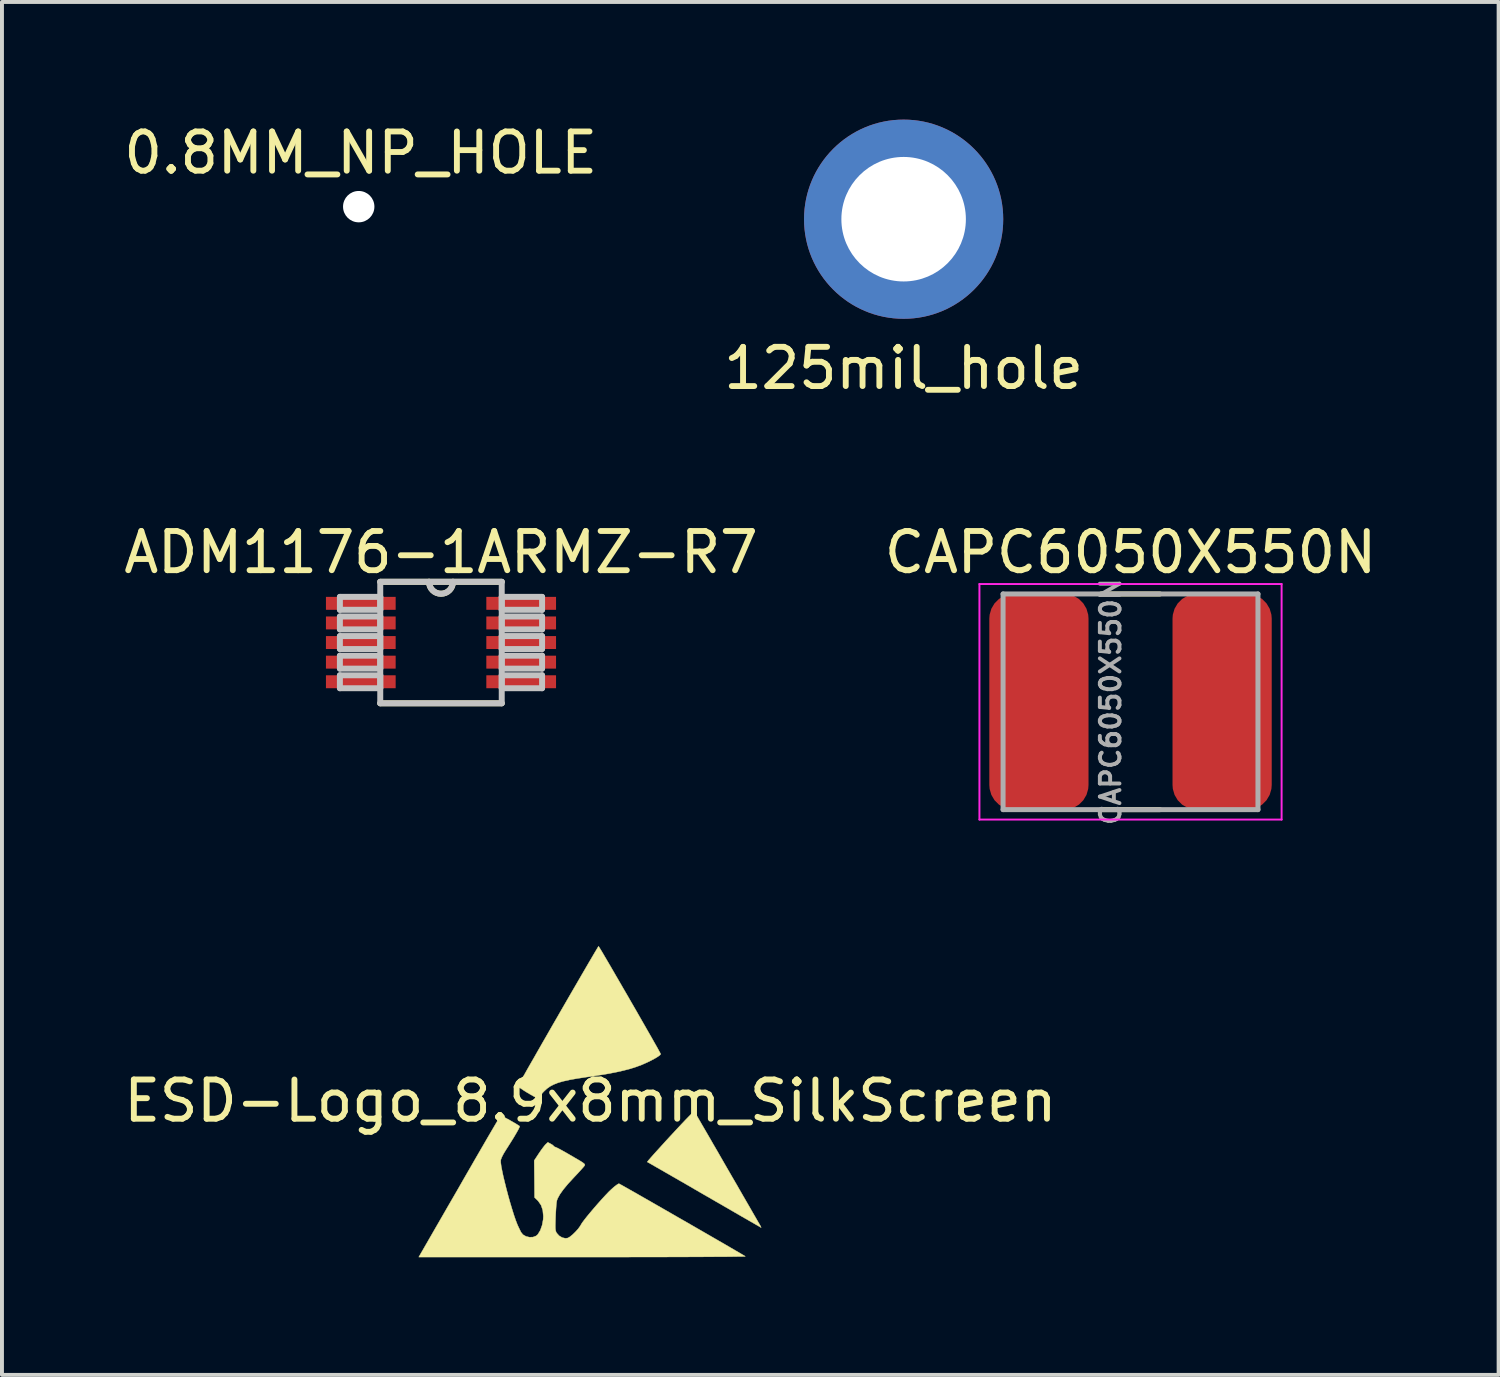
<source format=kicad_pcb>
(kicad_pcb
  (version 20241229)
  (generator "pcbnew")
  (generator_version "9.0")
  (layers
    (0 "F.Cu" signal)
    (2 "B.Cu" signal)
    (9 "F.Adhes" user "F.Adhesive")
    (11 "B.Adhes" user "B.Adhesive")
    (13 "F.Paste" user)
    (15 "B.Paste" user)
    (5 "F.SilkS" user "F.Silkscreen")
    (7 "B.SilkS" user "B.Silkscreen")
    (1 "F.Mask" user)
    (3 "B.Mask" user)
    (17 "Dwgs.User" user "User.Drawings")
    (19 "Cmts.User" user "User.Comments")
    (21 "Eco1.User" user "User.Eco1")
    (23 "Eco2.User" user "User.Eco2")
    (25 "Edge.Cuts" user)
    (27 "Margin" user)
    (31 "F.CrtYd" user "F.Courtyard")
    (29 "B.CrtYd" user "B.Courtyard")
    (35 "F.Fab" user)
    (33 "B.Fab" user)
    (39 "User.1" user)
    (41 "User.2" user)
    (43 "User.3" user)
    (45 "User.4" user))
  (footprint "0.8MM_NP_HOLE"
    (layer "F.Cu")
    (at 6.098 2.22)
    (property "Reference" "0.8MM_NP_HOLE" (at 0.051 -1.372 0) (unlocked yes) (layer "F.SilkS") (effects (font (size 1 1) (thickness 0.15))))
    (attr through_hole board_only exclude_from_pos_files exclude_from_bom allow_missing_courtyard)
    (pad "" np_thru_hole circle (at 0 0) (size 0.8 0.8) (drill 0.8) (layers "*.Cu" "*.Mask")))
  (footprint "ESD-Logo_8.9x8mm_SilkScreen"
    (layer "F.Cu")
    (at 12.006 25.024)
    (property "Reference" "ESD-Logo_8.9x8mm_SilkScreen" (at 0 0 0) (layer "F.SilkS") (effects (font (size 1 1) (thickness 0.15))))
    (attr board_only exclude_from_pos_files exclude_from_bom allow_missing_courtyard)
    (fp_poly (pts (xy 2.676 0.316) (xy 2.691 0.342) (xy 2.726 0.4) (xy 2.778 0.49) (xy 2.845 0.606) (xy 2.927 0.747) (xy 3.021 0.909) (xy 3.125 1.09) (xy 3.239 1.286) (xy 3.359 1.495) (xy 3.483 1.71) (xy 3.61 1.93) (xy 3.732 2.14) (xy 3.846 2.339) (xy 3.953 2.524) (xy 4.049 2.69) (xy 4.132 2.835) (xy 4.202 2.956) (xy 4.256 3.05) (xy 4.293 3.114) (xy 4.311 3.144) (xy 4.339 3.194) (xy 4.354 3.226) (xy 4.355 3.231) (xy 4.336 3.221) (xy 4.284 3.191) (xy 4.202 3.144) (xy 4.091 3.08) (xy 3.955 3.002) (xy 3.797 2.911) (xy 3.619 2.808) (xy 3.424 2.695) (xy 3.214 2.574) (xy 2.993 2.446) (xy 2.909 2.398) (xy 2.684 2.268) (xy 2.47 2.143) (xy 2.268 2.027) (xy 2.082 1.92) (xy 1.915 1.824) (xy 1.769 1.74) (xy 1.647 1.67) (xy 1.552 1.615) (xy 1.487 1.578) (xy 1.454 1.56) (xy 1.45 1.558) (xy 1.46 1.542) (xy 1.495 1.5) (xy 1.552 1.435) (xy 1.626 1.351) (xy 1.715 1.253) (xy 1.814 1.144) (xy 1.92 1.027) (xy 2.03 0.908) (xy 2.14 0.789) (xy 2.246 0.675) (xy 2.345 0.57) (xy 2.433 0.477) (xy 2.507 0.401) (xy 2.562 0.345) (xy 2.581 0.326) (xy 2.645 0.267) (xy 2.676 0.316)) (stroke (width 0.01) (type solid)) (fill yes) (layer "F.SilkS"))
    (fp_poly (pts (xy 0.221 -3.924) (xy 0.252 -3.873) (xy 0.3 -3.794) (xy 0.362 -3.688) (xy 0.438 -3.559) (xy 0.524 -3.412) (xy 0.619 -3.248) (xy 0.721 -3.072) (xy 0.828 -2.887) (xy 0.939 -2.696) (xy 1.05 -2.503) (xy 1.161 -2.311) (xy 1.268 -2.124) (xy 1.371 -1.944) (xy 1.467 -1.776) (xy 1.555 -1.623) (xy 1.631 -1.488) (xy 1.696 -1.374) (xy 1.745 -1.285) (xy 1.778 -1.224) (xy 1.793 -1.195) (xy 1.793 -1.193) (xy 1.775 -1.169) (xy 1.725 -1.131) (xy 1.648 -1.084) (xy 1.552 -1.032) (xy 1.45 -0.982) (xy 1.312 -0.921) (xy 1.167 -0.867) (xy 1.01 -0.817) (xy 0.836 -0.772) (xy 0.639 -0.728) (xy 0.416 -0.686) (xy 0.16 -0.645) (xy -0.104 -0.606) (xy -0.334 -0.571) (xy -0.527 -0.537) (xy -0.688 -0.501) (xy -0.822 -0.463) (xy -0.933 -0.419) (xy -1.027 -0.37) (xy -1.109 -0.312) (xy -1.182 -0.244) (xy -1.206 -0.219) (xy -1.258 -0.16) (xy -1.296 -0.112) (xy -1.313 -0.084) (xy -1.314 -0.082) (xy -1.32 -0.068) (xy -1.341 -0.067) (xy -1.382 -0.083) (xy -1.447 -0.117) (xy -1.541 -0.17) (xy -1.606 -0.208) (xy -1.702 -0.268) (xy -1.778 -0.319) (xy -1.826 -0.358) (xy -1.843 -0.381) (xy -1.843 -0.381) (xy -1.833 -0.403) (xy -1.803 -0.457) (xy -1.756 -0.542) (xy -1.693 -0.653) (xy -1.617 -0.789) (xy -1.528 -0.945) (xy -1.428 -1.119) (xy -1.32 -1.309) (xy -1.205 -1.51) (xy -1.084 -1.72) (xy -0.96 -1.937) (xy -0.833 -2.156) (xy -0.707 -2.376) (xy -0.582 -2.592) (xy -0.46 -2.803) (xy -0.343 -3.004) (xy -0.233 -3.194) (xy -0.131 -3.369) (xy -0.039 -3.527) (xy 0.041 -3.663) (xy 0.107 -3.776) (xy 0.158 -3.861) (xy 0.192 -3.918) (xy 0.208 -3.941) (xy 0.209 -3.941) (xy 0.221 -3.924)) (stroke (width 0.01) (type solid)) (fill yes) (layer "F.SilkS"))
    (fp_poly (pts (xy -2.259 0.392) (xy -2.215 0.409) (xy -2.149 0.443) (xy -2.053 0.495) (xy -2.045 0.5) (xy -1.957 0.55) (xy -1.883 0.594) (xy -1.829 0.628) (xy -1.804 0.646) (xy -1.804 0.647) (xy -1.81 0.672) (xy -1.837 0.729) (xy -1.885 0.814) (xy -1.95 0.925) (xy -2.032 1.057) (xy -2.128 1.209) (xy -2.152 1.246) (xy -2.215 1.349) (xy -2.26 1.437) (xy -2.285 1.504) (xy -2.287 1.517) (xy -2.286 1.574) (xy -2.274 1.666) (xy -2.251 1.785) (xy -2.221 1.927) (xy -2.183 2.084) (xy -2.141 2.252) (xy -2.095 2.425) (xy -2.047 2.596) (xy -1.998 2.759) (xy -1.951 2.91) (xy -1.906 3.041) (xy -1.865 3.148) (xy -1.837 3.211) (xy -1.804 3.279) (xy -1.772 3.344) (xy -1.771 3.347) (xy -1.719 3.412) (xy -1.642 3.456) (xy -1.554 3.477) (xy -1.464 3.474) (xy -1.385 3.444) (xy -1.341 3.406) (xy -1.277 3.3) (xy -1.23 3.167) (xy -1.204 3.023) (xy -1.2 2.94) (xy -1.215 2.787) (xy -1.258 2.66) (xy -1.332 2.553) (xy -1.355 2.53) (xy -1.424 2.463) (xy -1.428 1.992) (xy -1.433 1.521) (xy -1.313 1.339) (xy -1.257 1.257) (xy -1.202 1.183) (xy -1.158 1.127) (xy -1.139 1.107) (xy -1.085 1.057) (xy -1.012 1.096) (xy -0.965 1.124) (xy -0.94 1.146) (xy -0.938 1.15) (xy -0.921 1.167) (xy -0.892 1.179) (xy -0.863 1.191) (xy -0.819 1.212) (xy -0.756 1.246) (xy -0.671 1.293) (xy -0.559 1.357) (xy -0.417 1.44) (xy -0.339 1.485) (xy -0.248 1.539) (xy -0.189 1.578) (xy -0.155 1.605) (xy -0.142 1.626) (xy -0.145 1.645) (xy -0.147 1.649) (xy -0.168 1.677) (xy -0.213 1.728) (xy -0.276 1.798) (xy -0.353 1.881) (xy -0.419 1.951) (xy -0.572 2.117) (xy -0.692 2.262) (xy -0.779 2.385) (xy -0.836 2.489) (xy -0.855 2.542) (xy -0.863 2.588) (xy -0.871 2.667) (xy -0.878 2.77) (xy -0.885 2.887) (xy -0.888 2.961) (xy -0.892 3.089) (xy -0.894 3.183) (xy -0.893 3.25) (xy -0.888 3.296) (xy -0.88 3.329) (xy -0.867 3.357) (xy -0.856 3.374) (xy -0.797 3.44) (xy -0.72 3.486) (xy -0.639 3.505) (xy -0.578 3.498) (xy -0.523 3.467) (xy -0.454 3.411) (xy -0.381 3.34) (xy -0.313 3.265) (xy -0.261 3.193) (xy -0.241 3.159) (xy -0.212 3.111) (xy -0.159 3.04) (xy -0.087 2.948) (xy -0.001 2.844) (xy 0.094 2.732) (xy 0.194 2.617) (xy 0.293 2.506) (xy 0.387 2.404) (xy 0.471 2.316) (xy 0.538 2.252) (xy 0.611 2.188) (xy 0.673 2.141) (xy 0.716 2.115) (xy 0.73 2.112) (xy 0.752 2.124) (xy 0.807 2.154) (xy 0.892 2.202) (xy 1.003 2.265) (xy 1.138 2.341) (xy 1.293 2.43) (xy 1.465 2.528) (xy 1.651 2.635) (xy 1.848 2.748) (xy 2.052 2.865) (xy 2.26 2.985) (xy 2.47 3.105) (xy 2.678 3.225) (xy 2.881 3.342) (xy 3.075 3.454) (xy 3.258 3.56) (xy 3.426 3.657) (xy 3.577 3.745) (xy 3.706 3.82) (xy 3.812 3.882) (xy 3.89 3.928) (xy 3.937 3.956) (xy 3.951 3.965) (xy 3.932 3.967) (xy 3.874 3.969) (xy 3.778 3.97) (xy 3.646 3.972) (xy 3.48 3.974) (xy 3.282 3.975) (xy 3.054 3.976) (xy 2.798 3.978) (xy 2.515 3.979) (xy 2.209 3.98) (xy 1.88 3.981) (xy 1.531 3.981) (xy 1.163 3.982) (xy 0.779 3.983) (xy 0.38 3.983) (xy -0.031 3.983) (xy -0.203 3.983) (xy -4.377 3.983) (xy -4.08 3.467) (xy -4.017 3.358) (xy -3.936 3.217) (xy -3.839 3.049) (xy -3.73 2.86) (xy -3.611 2.653) (xy -3.484 2.434) (xy -3.353 2.207) (xy -3.221 1.976) (xy -3.089 1.747) (xy -3.055 1.689) (xy -2.934 1.478) (xy -2.818 1.278) (xy -2.709 1.09) (xy -2.61 0.919) (xy -2.521 0.767) (xy -2.445 0.637) (xy -2.383 0.532) (xy -2.338 0.456) (xy -2.31 0.41) (xy -2.303 0.399) (xy -2.286 0.389) (xy -2.259 0.392)) (stroke (width 0.01) (type solid)) (fill yes) (layer "F.SilkS")))
  (footprint "CAPC6050X550N"
    (layer "F.Cu")
    (at 25.78 14.847)
    (property "Reference" "CAPC6050X550N" (at 0 -3.81 0) (layer "F.SilkS") (effects (font (size 1 1) (thickness 0.15))))
    (attr smd)
    (fp_line (start -0.75 -2.75) (end 0.75 -2.75) (stroke (width 0.127) (type solid)) (layer "F.SilkS"))
    (fp_line (start -0.75 2.75) (end 0.75 2.75) (stroke (width 0.127) (type solid)) (layer "F.SilkS"))
    (fp_line (start -3.853 -3.003) (end 3.853 -3.003) (stroke (width 0.05) (type solid)) (layer "F.CrtYd"))
    (fp_line (start -3.853 3.003) (end -3.853 -3.003) (stroke (width 0.05) (type solid)) (layer "F.CrtYd"))
    (fp_line (start -3.853 3.003) (end 3.853 3.003) (stroke (width 0.05) (type solid)) (layer "F.CrtYd"))
    (fp_line (start 3.853 3.003) (end 3.853 -3.003) (stroke (width 0.05) (type solid)) (layer "F.CrtYd"))
    (fp_line (start -3.25 2.75) (end -3.25 -2.75) (stroke (width 0.127) (type solid)) (layer "F.Fab"))
    (fp_line (start 3.25 -2.75) (end -3.25 -2.75) (stroke (width 0.127) (type solid)) (layer "F.Fab"))
    (fp_line (start 3.25 2.75) (end -3.25 2.75) (stroke (width 0.127) (type solid)) (layer "F.Fab"))
    (fp_line (start 3.25 2.75) (end 3.25 -2.75) (stroke (width 0.127) (type solid)) (layer "F.Fab"))
    (fp_text user "${REFERENCE}" (at -0.508 0 90) (unlocked yes) (layer "F.Fab") (effects (font (size 0.5 0.5) (thickness 0.1) (bold yes))))
    (pad "1" smd roundrect (at -2.336 0) (size 2.53 5.51) (layers "F.Cu" "F.Mask" "F.Paste") (roundrect_rratio 0.25))
    (pad "2" smd roundrect (at 2.336 0) (size 2.53 5.51) (layers "F.Cu" "F.Mask" "F.Paste") (roundrect_rratio 0.25)))
  (footprint "ADM1176-1ARMZ-R7"
    (layer "F.Cu")
    (at 8.196 13.336)
    (property "Reference" "ADM1176-1ARMZ-R7" (at 0 -2.3 0) (layer "F.SilkS") (effects (font (size 1 1) (thickness 0.15))))
    (attr through_hole)
    (fp_line (start -1.549 1.549) (end 1.549 1.549) (stroke (width 0.152) (type solid)) (layer "F.SilkS"))
    (fp_line (start 1.549 -1.549) (end -1.549 -1.549) (stroke (width 0.152) (type solid)) (layer "F.SilkS"))
    (fp_arc (start 0.3048 -1.5494) (mid 0 -1.2446) (end -0.3048 -1.5494) (stroke (width 0.1524) (type solid)) (layer "F.SilkS"))
    (fp_line (start -2.578 -1.165) (end -2.578 -0.835) (stroke (width 0.152) (type solid)) (layer "Dwgs.User"))
    (fp_line (start -2.578 -0.835) (end -1.549 -0.835) (stroke (width 0.152) (type solid)) (layer "Dwgs.User"))
    (fp_line (start -2.578 -0.665) (end -2.578 -0.335) (stroke (width 0.152) (type solid)) (layer "Dwgs.User"))
    (fp_line (start -2.578 -0.335) (end -1.549 -0.335) (stroke (width 0.152) (type solid)) (layer "Dwgs.User"))
    (fp_line (start -2.578 -0.165) (end -2.578 0.165) (stroke (width 0.152) (type solid)) (layer "Dwgs.User"))
    (fp_line (start -2.578 0.165) (end -1.549 0.165) (stroke (width 0.152) (type solid)) (layer "Dwgs.User"))
    (fp_line (start -2.578 0.335) (end -2.578 0.665) (stroke (width 0.152) (type solid)) (layer "Dwgs.User"))
    (fp_line (start -2.578 0.665) (end -1.549 0.665) (stroke (width 0.152) (type solid)) (layer "Dwgs.User"))
    (fp_line (start -2.578 0.835) (end -2.578 1.165) (stroke (width 0.152) (type solid)) (layer "Dwgs.User"))
    (fp_line (start -2.578 1.165) (end -1.549 1.165) (stroke (width 0.152) (type solid)) (layer "Dwgs.User"))
    (fp_line (start -1.549 -1.549) (end -1.549 1.549) (stroke (width 0.152) (type solid)) (layer "Dwgs.User"))
    (fp_line (start -1.549 -1.165) (end -2.578 -1.165) (stroke (width 0.152) (type solid)) (layer "Dwgs.User"))
    (fp_line (start -1.549 -0.835) (end -1.549 -1.165) (stroke (width 0.152) (type solid)) (layer "Dwgs.User"))
    (fp_line (start -1.549 -0.665) (end -2.578 -0.665) (stroke (width 0.152) (type solid)) (layer "Dwgs.User"))
    (fp_line (start -1.549 -0.335) (end -1.549 -0.665) (stroke (width 0.152) (type solid)) (layer "Dwgs.User"))
    (fp_line (start -1.549 -0.165) (end -2.578 -0.165) (stroke (width 0.152) (type solid)) (layer "Dwgs.User"))
    (fp_line (start -1.549 0.165) (end -1.549 -0.165) (stroke (width 0.152) (type solid)) (layer "Dwgs.User"))
    (fp_line (start -1.549 0.335) (end -2.578 0.335) (stroke (width 0.152) (type solid)) (layer "Dwgs.User"))
    (fp_line (start -1.549 0.665) (end -1.549 0.335) (stroke (width 0.152) (type solid)) (layer "Dwgs.User"))
    (fp_line (start -1.549 0.835) (end -2.578 0.835) (stroke (width 0.152) (type solid)) (layer "Dwgs.User"))
    (fp_line (start -1.549 1.165) (end -1.549 0.835) (stroke (width 0.152) (type solid)) (layer "Dwgs.User"))
    (fp_line (start -1.549 1.549) (end 1.549 1.549) (stroke (width 0.152) (type solid)) (layer "Dwgs.User"))
    (fp_line (start 1.549 -1.549) (end -1.549 -1.549) (stroke (width 0.152) (type solid)) (layer "Dwgs.User"))
    (fp_line (start 1.549 -1.165) (end 1.549 -0.835) (stroke (width 0.152) (type solid)) (layer "Dwgs.User"))
    (fp_line (start 1.549 -0.835) (end 2.578 -0.835) (stroke (width 0.152) (type solid)) (layer "Dwgs.User"))
    (fp_line (start 1.549 -0.665) (end 1.549 -0.335) (stroke (width 0.152) (type solid)) (layer "Dwgs.User"))
    (fp_line (start 1.549 -0.335) (end 2.578 -0.335) (stroke (width 0.152) (type solid)) (layer "Dwgs.User"))
    (fp_line (start 1.549 -0.165) (end 1.549 0.165) (stroke (width 0.152) (type solid)) (layer "Dwgs.User"))
    (fp_line (start 1.549 0.165) (end 2.578 0.165) (stroke (width 0.152) (type solid)) (layer "Dwgs.User"))
    (fp_line (start 1.549 0.335) (end 1.549 0.665) (stroke (width 0.152) (type solid)) (layer "Dwgs.User"))
    (fp_line (start 1.549 0.665) (end 2.578 0.665) (stroke (width 0.152) (type solid)) (layer "Dwgs.User"))
    (fp_line (start 1.549 0.835) (end 1.549 1.165) (stroke (width 0.152) (type solid)) (layer "Dwgs.User"))
    (fp_line (start 1.549 1.165) (end 2.578 1.165) (stroke (width 0.152) (type solid)) (layer "Dwgs.User"))
    (fp_line (start 1.549 1.549) (end 1.549 -1.549) (stroke (width 0.152) (type solid)) (layer "Dwgs.User"))
    (fp_line (start 2.578 -1.165) (end 1.549 -1.165) (stroke (width 0.152) (type solid)) (layer "Dwgs.User"))
    (fp_line (start 2.578 -0.835) (end 2.578 -1.165) (stroke (width 0.152) (type solid)) (layer "Dwgs.User"))
    (fp_line (start 2.578 -0.665) (end 1.549 -0.665) (stroke (width 0.152) (type solid)) (layer "Dwgs.User"))
    (fp_line (start 2.578 -0.335) (end 2.578 -0.665) (stroke (width 0.152) (type solid)) (layer "Dwgs.User"))
    (fp_line (start 2.578 -0.165) (end 1.549 -0.165) (stroke (width 0.152) (type solid)) (layer "Dwgs.User"))
    (fp_line (start 2.578 0.165) (end 2.578 -0.165) (stroke (width 0.152) (type solid)) (layer "Dwgs.User"))
    (fp_line (start 2.578 0.335) (end 1.549 0.335) (stroke (width 0.152) (type solid)) (layer "Dwgs.User"))
    (fp_line (start 2.578 0.665) (end 2.578 0.335) (stroke (width 0.152) (type solid)) (layer "Dwgs.User"))
    (fp_line (start 2.578 0.835) (end 1.549 0.835) (stroke (width 0.152) (type solid)) (layer "Dwgs.User"))
    (fp_line (start 2.578 1.165) (end 2.578 0.835) (stroke (width 0.152) (type solid)) (layer "Dwgs.User"))
    (fp_arc (start 0.3048 -1.5494) (mid 0 -1.2446) (end -0.3048 -1.5494) (stroke (width 0.1524) (type solid)) (layer "Dwgs.User"))
    (pad "1" smd rect (at -2.045 -1) (size 1.778 0.33) (layers "F.Cu" "F.Mask" "F.Paste"))
    (pad "2" smd rect (at -2.045 -0.5) (size 1.778 0.33) (layers "F.Cu" "F.Mask" "F.Paste"))
    (pad "3" smd rect (at -2.045 0) (size 1.778 0.33) (layers "F.Cu" "F.Mask" "F.Paste"))
    (pad "4" smd rect (at -2.045 0.5) (size 1.778 0.33) (layers "F.Cu" "F.Mask" "F.Paste"))
    (pad "5" smd rect (at -2.045 1) (size 1.778 0.33) (layers "F.Cu" "F.Mask" "F.Paste"))
    (pad "6" smd rect (at 2.045 1) (size 1.778 0.33) (layers "F.Cu" "F.Mask" "F.Paste"))
    (pad "7" smd rect (at 2.045 0.5) (size 1.778 0.33) (layers "F.Cu" "F.Mask" "F.Paste"))
    (pad "8" smd rect (at 2.045 0) (size 1.778 0.33) (layers "F.Cu" "F.Mask" "F.Paste"))
    (pad "9" smd rect (at 2.045 -0.5) (size 1.778 0.33) (layers "F.Cu" "F.Mask" "F.Paste"))
    (pad "10" smd rect (at 2.045 -1) (size 1.778 0.33) (layers "F.Cu" "F.Mask" "F.Paste")))
  (footprint "125mil_hole"
    (layer "F.Cu")
    (at 19.994 2.54)
    (property "Reference" "125mil_hole" (at 0 3.8 0) (layer "F.SilkS") (effects (font (size 1 1) (thickness 0.15))))
    (attr exclude_from_pos_files exclude_from_bom allow_missing_courtyard)
    (pad "1" thru_hole circle (at 0 0 180) (size 5.08 5.08) (drill 3.175) (layers "*.Cu" "*.Mask")))
  (gr_rect
    (start -3 -3)
    (end 35.167 32.012)
    (stroke (width 0.1) (type default))
    (fill no)
    (layer "Edge.Cuts")))
</source>
